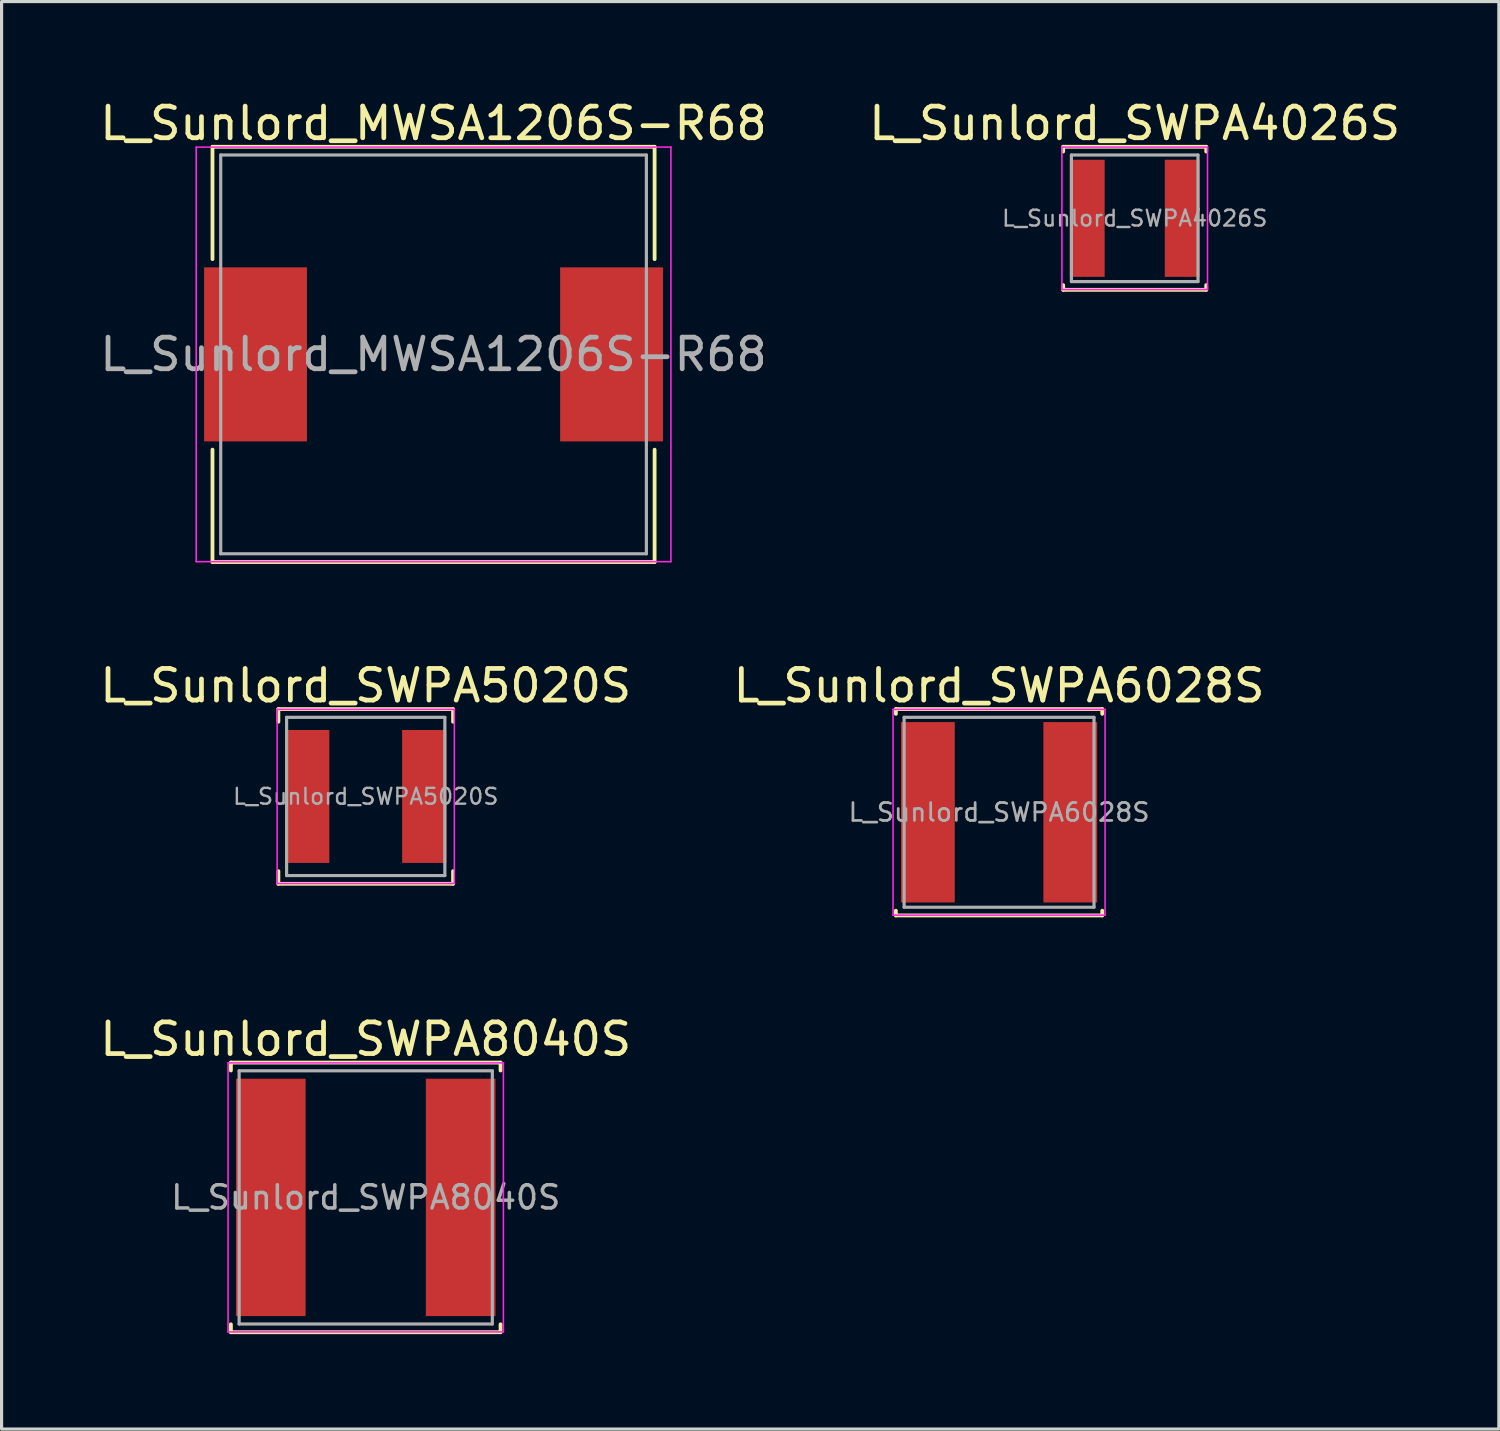
<source format=kicad_pcb>
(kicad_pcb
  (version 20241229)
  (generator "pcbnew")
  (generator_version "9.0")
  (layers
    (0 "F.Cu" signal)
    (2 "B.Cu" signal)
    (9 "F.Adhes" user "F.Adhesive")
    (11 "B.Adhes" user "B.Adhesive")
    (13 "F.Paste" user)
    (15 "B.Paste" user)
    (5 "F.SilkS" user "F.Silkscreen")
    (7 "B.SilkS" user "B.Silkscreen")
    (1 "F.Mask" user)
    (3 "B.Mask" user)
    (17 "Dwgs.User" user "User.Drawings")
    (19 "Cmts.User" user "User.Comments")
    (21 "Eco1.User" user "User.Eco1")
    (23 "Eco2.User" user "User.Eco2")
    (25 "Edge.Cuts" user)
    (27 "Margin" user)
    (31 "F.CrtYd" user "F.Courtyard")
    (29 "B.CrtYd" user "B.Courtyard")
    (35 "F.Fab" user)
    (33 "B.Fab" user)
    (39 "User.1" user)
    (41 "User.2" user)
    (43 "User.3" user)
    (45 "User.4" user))
  (footprint "L_Sunlord_SWPA8040S"
    (layer "F.Cu")
    (at 8.506 34.785)
    (property "Reference" "L_Sunlord_SWPA8040S" (at 0 -5 0) (layer "F.SilkS") (effects (font (size 1 1) (thickness 0.15))))
    (attr smd)
    (fp_line (start -4.26 -4.26) (end -4.26 -4.01) (stroke (width 0.12) (type solid)) (layer "F.SilkS"))
    (fp_line (start -4.26 -4.26) (end 4.26 -4.26) (stroke (width 0.12) (type solid)) (layer "F.SilkS"))
    (fp_line (start -4.26 4.26) (end -4.26 4.01) (stroke (width 0.12) (type solid)) (layer "F.SilkS"))
    (fp_line (start -4.26 4.26) (end 4.26 4.26) (stroke (width 0.12) (type solid)) (layer "F.SilkS"))
    (fp_line (start 4.26 -4.26) (end 4.26 -4.01) (stroke (width 0.12) (type solid)) (layer "F.SilkS"))
    (fp_line (start 4.26 4.26) (end 4.26 4.01) (stroke (width 0.12) (type solid)) (layer "F.SilkS"))
    (fp_line (start -4.35 -4.25) (end -4.35 4.25) (stroke (width 0.05) (type solid)) (layer "F.CrtYd"))
    (fp_line (start -4.35 4.25) (end 4.35 4.25) (stroke (width 0.05) (type solid)) (layer "F.CrtYd"))
    (fp_line (start 4.35 -4.25) (end -4.35 -4.25) (stroke (width 0.05) (type solid)) (layer "F.CrtYd"))
    (fp_line (start 4.35 4.25) (end 4.35 -4.25) (stroke (width 0.05) (type solid)) (layer "F.CrtYd"))
    (fp_line (start -4 -4) (end -4 4) (stroke (width 0.1) (type solid)) (layer "F.Fab"))
    (fp_line (start -4 4) (end 4 4) (stroke (width 0.1) (type solid)) (layer "F.Fab"))
    (fp_line (start 4 -4) (end -4 -4) (stroke (width 0.1) (type solid)) (layer "F.Fab"))
    (fp_line (start 4 4) (end 4 -4) (stroke (width 0.1) (type solid)) (layer "F.Fab"))
    (fp_text user "${REFERENCE}" (at 0 0 0) (layer "F.Fab") (effects (font (size 0.733 0.733) (thickness 0.11))))
    (pad "1" smd rect (at -3 0) (size 2.2 7.5) (layers "F.Cu" "F.Mask" "F.Paste"))
    (pad "2" smd rect (at 3 0) (size 2.2 7.5) (layers "F.Cu" "F.Mask" "F.Paste")))
  (footprint "L_Sunlord_SWPA4026S"
    (layer "F.Cu")
    (at 32.804 3.848)
    (property "Reference" "L_Sunlord_SWPA4026S" (at 0 -3 0) (layer "F.SilkS") (effects (font (size 1 1) (thickness 0.15))))
    (attr smd)
    (fp_line (start -2.26 -2.26) (end -2.26 -2.11) (stroke (width 0.12) (type solid)) (layer "F.SilkS"))
    (fp_line (start -2.26 -2.26) (end 2.26 -2.26) (stroke (width 0.12) (type solid)) (layer "F.SilkS"))
    (fp_line (start -2.26 2.26) (end -2.26 2.11) (stroke (width 0.12) (type solid)) (layer "F.SilkS"))
    (fp_line (start -2.26 2.26) (end 2.26 2.26) (stroke (width 0.12) (type solid)) (layer "F.SilkS"))
    (fp_line (start 2.26 -2.26) (end 2.26 -2.11) (stroke (width 0.12) (type solid)) (layer "F.SilkS"))
    (fp_line (start 2.26 2.26) (end 2.26 2.11) (stroke (width 0.12) (type solid)) (layer "F.SilkS"))
    (fp_line (start -2.3 -2.25) (end -2.3 2.25) (stroke (width 0.05) (type solid)) (layer "F.CrtYd"))
    (fp_line (start -2.3 2.25) (end 2.3 2.25) (stroke (width 0.05) (type solid)) (layer "F.CrtYd"))
    (fp_line (start 2.3 -2.25) (end -2.3 -2.25) (stroke (width 0.05) (type solid)) (layer "F.CrtYd"))
    (fp_line (start 2.3 2.25) (end 2.3 -2.25) (stroke (width 0.05) (type solid)) (layer "F.CrtYd"))
    (fp_line (start -2 -2) (end -2 2) (stroke (width 0.1) (type solid)) (layer "F.Fab"))
    (fp_line (start -2 2) (end 2 2) (stroke (width 0.1) (type solid)) (layer "F.Fab"))
    (fp_line (start 2 -2) (end -2 -2) (stroke (width 0.1) (type solid)) (layer "F.Fab"))
    (fp_line (start 2 2) (end 2 -2) (stroke (width 0.1) (type solid)) (layer "F.Fab"))
    (fp_text user "${REFERENCE}" (at 0 0 0) (layer "F.Fab") (effects (font (size 0.5 0.5) (thickness 0.075))))
    (pad "1" smd rect (at -1.5 0) (size 1.1 3.7) (layers "F.Cu" "F.Mask" "F.Paste"))
    (pad "2" smd rect (at 1.5 0) (size 1.1 3.7) (layers "F.Cu" "F.Mask" "F.Paste")))
  (footprint "L_Sunlord_SWPA5020S"
    (layer "F.Cu")
    (at 8.506 22.116)
    (property "Reference" "L_Sunlord_SWPA5020S" (at 0 -3.5 0) (layer "F.SilkS") (effects (font (size 1 1) (thickness 0.15))))
    (attr smd)
    (fp_line (start -2.76 -2.76) (end -2.76 -2.36) (stroke (width 0.12) (type solid)) (layer "F.SilkS"))
    (fp_line (start -2.76 -2.76) (end 2.76 -2.76) (stroke (width 0.12) (type solid)) (layer "F.SilkS"))
    (fp_line (start -2.76 2.76) (end -2.76 2.36) (stroke (width 0.12) (type solid)) (layer "F.SilkS"))
    (fp_line (start -2.76 2.76) (end 2.76 2.76) (stroke (width 0.12) (type solid)) (layer "F.SilkS"))
    (fp_line (start 2.76 -2.76) (end 2.76 -2.36) (stroke (width 0.12) (type solid)) (layer "F.SilkS"))
    (fp_line (start 2.76 2.76) (end 2.76 2.36) (stroke (width 0.12) (type solid)) (layer "F.SilkS"))
    (fp_line (start -2.8 -2.75) (end -2.8 2.75) (stroke (width 0.05) (type solid)) (layer "F.CrtYd"))
    (fp_line (start -2.8 2.75) (end 2.8 2.75) (stroke (width 0.05) (type solid)) (layer "F.CrtYd"))
    (fp_line (start 2.8 -2.75) (end -2.8 -2.75) (stroke (width 0.05) (type solid)) (layer "F.CrtYd"))
    (fp_line (start 2.8 2.75) (end 2.8 -2.75) (stroke (width 0.05) (type solid)) (layer "F.CrtYd"))
    (fp_line (start -2.5 -2.5) (end -2.5 2.5) (stroke (width 0.1) (type solid)) (layer "F.Fab"))
    (fp_line (start -2.5 2.5) (end 2.5 2.5) (stroke (width 0.1) (type solid)) (layer "F.Fab"))
    (fp_line (start 2.5 -2.5) (end -2.5 -2.5) (stroke (width 0.1) (type solid)) (layer "F.Fab"))
    (fp_line (start 2.5 2.5) (end 2.5 -2.5) (stroke (width 0.1) (type solid)) (layer "F.Fab"))
    (fp_text user "${REFERENCE}" (at 0 0 0) (layer "F.Fab") (effects (font (size 0.5 0.5) (thickness 0.075))))
    (pad "1" smd rect (at -1.85 0) (size 1.4 4.2) (layers "F.Cu" "F.Mask" "F.Paste"))
    (pad "2" smd rect (at 1.85 0) (size 1.4 4.2) (layers "F.Cu" "F.Mask" "F.Paste")))
  (footprint "L_Sunlord_SWPA6028S"
    (layer "F.Cu")
    (at 28.518 22.616)
    (property "Reference" "L_Sunlord_SWPA6028S" (at 0 -4 0) (layer "F.SilkS") (effects (font (size 1 1) (thickness 0.15))))
    (attr smd)
    (fp_line (start -3.26 -3.26) (end -3.26 -3.11) (stroke (width 0.12) (type solid)) (layer "F.SilkS"))
    (fp_line (start -3.26 -3.26) (end 3.26 -3.26) (stroke (width 0.12) (type solid)) (layer "F.SilkS"))
    (fp_line (start -3.26 3.26) (end -3.26 3.11) (stroke (width 0.12) (type solid)) (layer "F.SilkS"))
    (fp_line (start -3.26 3.26) (end 3.26 3.26) (stroke (width 0.12) (type solid)) (layer "F.SilkS"))
    (fp_line (start 3.26 -3.26) (end 3.26 -3.11) (stroke (width 0.12) (type solid)) (layer "F.SilkS"))
    (fp_line (start 3.26 3.26) (end 3.26 3.11) (stroke (width 0.12) (type solid)) (layer "F.SilkS"))
    (fp_line (start -3.35 -3.25) (end -3.35 3.25) (stroke (width 0.05) (type solid)) (layer "F.CrtYd"))
    (fp_line (start -3.35 3.25) (end 3.35 3.25) (stroke (width 0.05) (type solid)) (layer "F.CrtYd"))
    (fp_line (start 3.35 -3.25) (end -3.35 -3.25) (stroke (width 0.05) (type solid)) (layer "F.CrtYd"))
    (fp_line (start 3.35 3.25) (end 3.35 -3.25) (stroke (width 0.05) (type solid)) (layer "F.CrtYd"))
    (fp_line (start -3 -3) (end -3 3) (stroke (width 0.1) (type solid)) (layer "F.Fab"))
    (fp_line (start -3 3) (end 3 3) (stroke (width 0.1) (type solid)) (layer "F.Fab"))
    (fp_line (start 3 -3) (end -3 -3) (stroke (width 0.1) (type solid)) (layer "F.Fab"))
    (fp_line (start 3 3) (end 3 -3) (stroke (width 0.1) (type solid)) (layer "F.Fab"))
    (fp_text user "${REFERENCE}" (at 0 0 0) (layer "F.Fab") (effects (font (size 0.567 0.567) (thickness 0.085))))
    (pad "1" smd rect (at -2.25 0) (size 1.7 5.7) (layers "F.Cu" "F.Mask" "F.Paste"))
    (pad "2" smd rect (at 2.25 0) (size 1.7 5.7) (layers "F.Cu" "F.Mask" "F.Paste")))
  (footprint "L_Sunlord_MWSA1206S-R68"
    (layer "F.Cu")
    (at 10.649 8.148)
    (property "Reference" "L_Sunlord_MWSA1206S-R68" (at 0 -7.3 0) (layer "F.SilkS") (effects (font (size 1 1) (thickness 0.15))))
    (attr smd)
    (fp_line (start -6.985 -6.56) (end -6.985 -3.01) (stroke (width 0.12) (type solid)) (layer "F.SilkS"))
    (fp_line (start -6.985 -6.56) (end 6.985 -6.56) (stroke (width 0.12) (type solid)) (layer "F.SilkS"))
    (fp_line (start -6.985 6.56) (end -6.985 3.01) (stroke (width 0.12) (type solid)) (layer "F.SilkS"))
    (fp_line (start -6.985 6.56) (end 6.985 6.56) (stroke (width 0.12) (type solid)) (layer "F.SilkS"))
    (fp_line (start 6.985 -6.56) (end 6.985 -3.01) (stroke (width 0.12) (type solid)) (layer "F.SilkS"))
    (fp_line (start 6.985 6.56) (end 6.985 3.01) (stroke (width 0.12) (type solid)) (layer "F.SilkS"))
    (fp_line (start -7.5 -6.55) (end -7.5 6.55) (stroke (width 0.05) (type solid)) (layer "F.CrtYd"))
    (fp_line (start -7.5 6.55) (end 7.5 6.55) (stroke (width 0.05) (type solid)) (layer "F.CrtYd"))
    (fp_line (start 7.5 -6.55) (end -7.5 -6.55) (stroke (width 0.05) (type solid)) (layer "F.CrtYd"))
    (fp_line (start 7.5 6.55) (end 7.5 -6.55) (stroke (width 0.05) (type solid)) (layer "F.CrtYd"))
    (fp_line (start -6.725 -6.3) (end -6.725 6.3) (stroke (width 0.1) (type solid)) (layer "F.Fab"))
    (fp_line (start -6.725 6.3) (end 6.725 6.3) (stroke (width 0.1) (type solid)) (layer "F.Fab"))
    (fp_line (start 6.725 -6.3) (end -6.725 -6.3) (stroke (width 0.1) (type solid)) (layer "F.Fab"))
    (fp_line (start 6.725 6.3) (end 6.725 -6.3) (stroke (width 0.1) (type solid)) (layer "F.Fab"))
    (fp_text user "${REFERENCE}" (at 0 0 0) (layer "F.Fab") (effects (font (size 1 1) (thickness 0.15))))
    (pad "1" smd rect (at -5.625 0) (size 3.25 5.5) (layers "F.Cu" "F.Mask" "F.Paste"))
    (pad "2" smd rect (at 5.625 0) (size 3.25 5.5) (layers "F.Cu" "F.Mask" "F.Paste")))
  (gr_rect
    (start -3 -3)
    (end 44.31 42.105)
    (stroke (width 0.1) (type default))
    (fill no)
    (layer "Edge.Cuts")))
</source>
